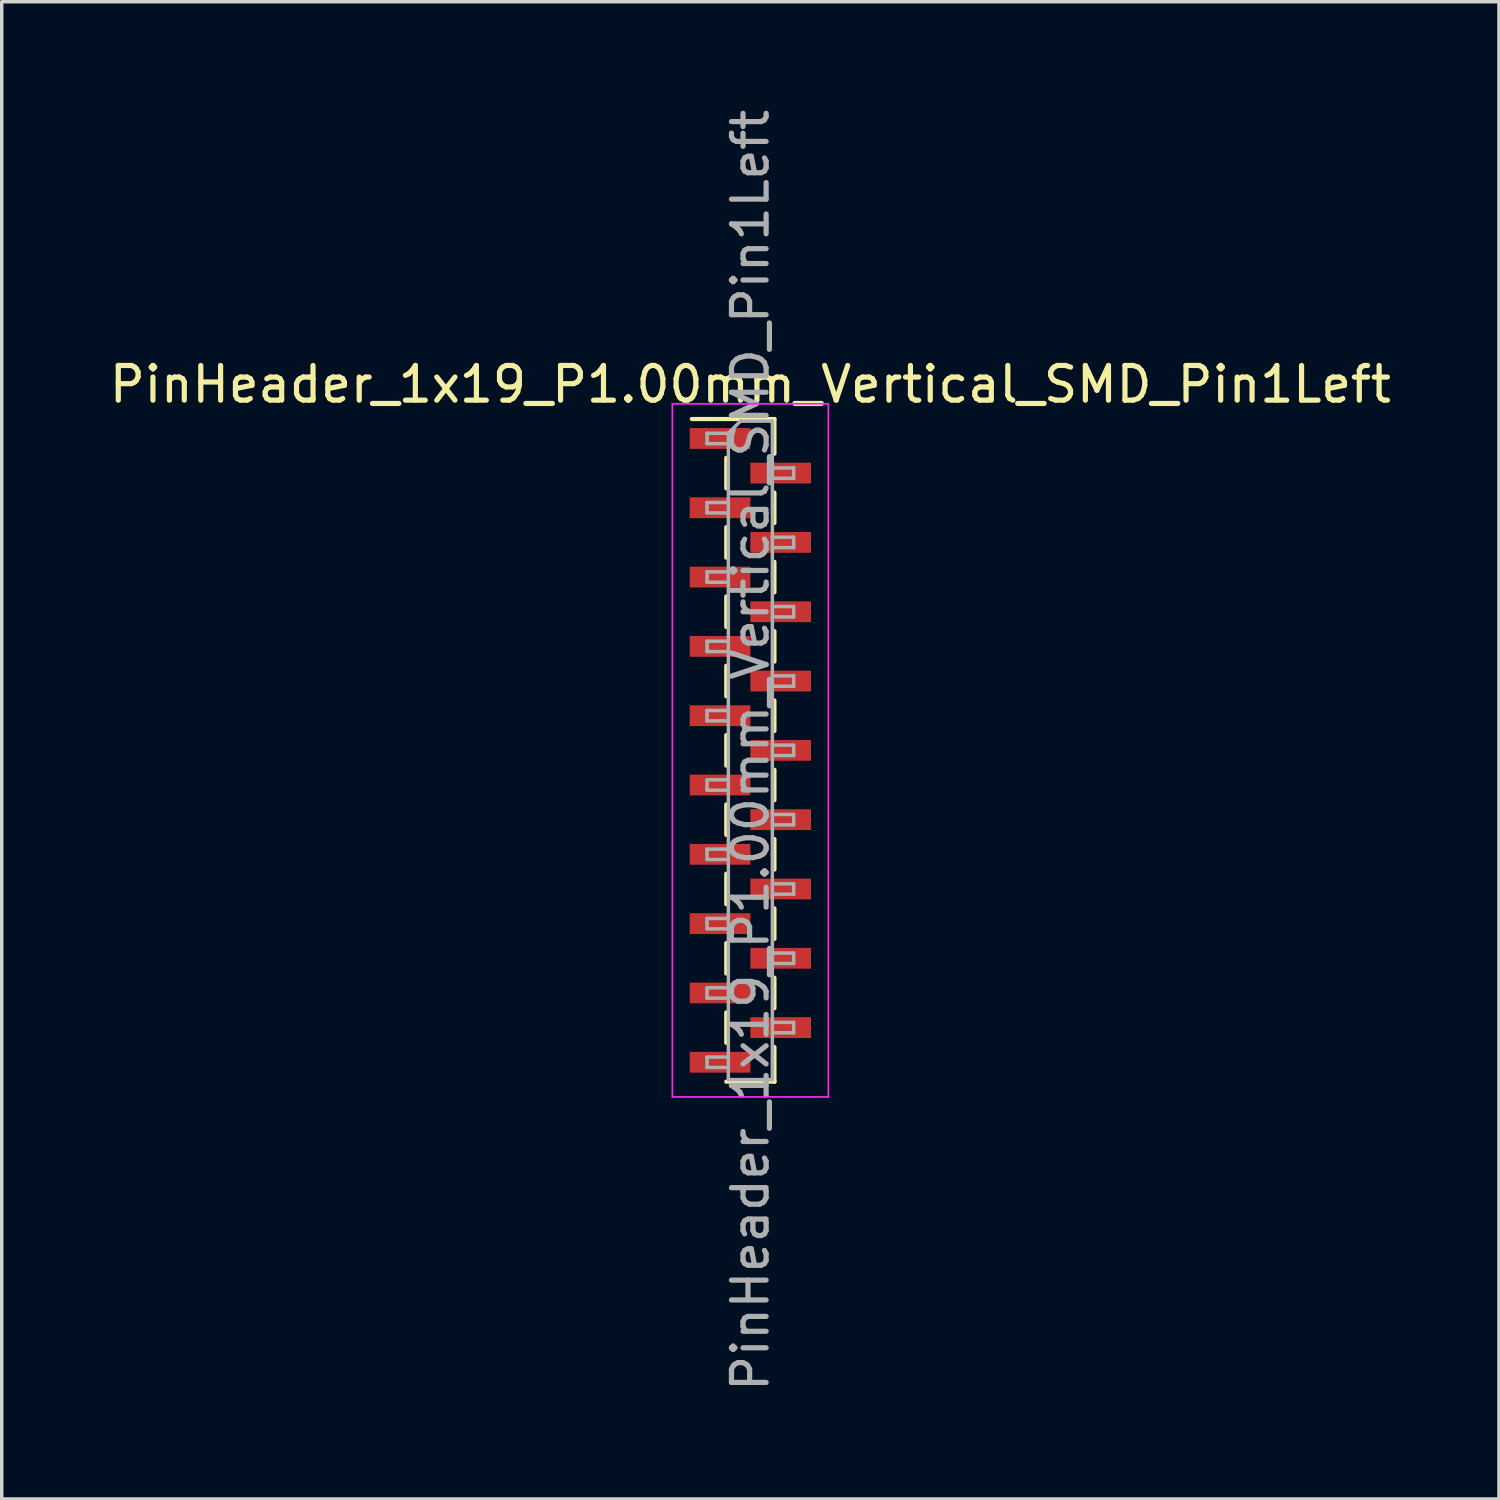
<source format=kicad_pcb>
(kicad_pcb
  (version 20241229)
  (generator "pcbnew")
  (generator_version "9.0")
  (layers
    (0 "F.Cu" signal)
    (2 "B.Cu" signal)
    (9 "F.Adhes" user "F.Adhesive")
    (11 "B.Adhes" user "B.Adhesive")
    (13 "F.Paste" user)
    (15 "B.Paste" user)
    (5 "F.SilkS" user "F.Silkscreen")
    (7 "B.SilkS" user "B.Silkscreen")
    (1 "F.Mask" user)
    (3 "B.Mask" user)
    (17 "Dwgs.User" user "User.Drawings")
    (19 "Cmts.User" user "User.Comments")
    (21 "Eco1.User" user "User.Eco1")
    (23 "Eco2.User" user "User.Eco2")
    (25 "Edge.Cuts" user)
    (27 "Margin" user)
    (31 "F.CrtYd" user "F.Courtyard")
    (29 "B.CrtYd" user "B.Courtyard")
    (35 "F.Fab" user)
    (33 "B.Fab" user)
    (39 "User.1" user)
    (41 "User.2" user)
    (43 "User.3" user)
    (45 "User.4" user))
  (footprint "PinHeader_1x19_P1.00mm_Vertical_SMD_Pin1Left"
    (layer "F.Cu")
    (at 18.601 18.601)
    (property "Reference" "PinHeader_1x19_P1.00mm_Vertical_SMD_Pin1Left" (at 0 -10.56 0) (layer "F.SilkS") (effects (font (size 1 1) (thickness 0.15))))
    (attr smd)
    (fp_line (start -0.695 -9.56) (end -1.69 -9.56) (stroke (width 0.12) (type solid)) (layer "F.SilkS"))
    (fp_line (start -0.695 -9.56) (end -0.695 -9.56) (stroke (width 0.12) (type solid)) (layer "F.SilkS"))
    (fp_line (start -0.695 -9.56) (end 0.695 -9.56) (stroke (width 0.12) (type solid)) (layer "F.SilkS"))
    (fp_line (start -0.695 -8.44) (end -0.695 -7.56) (stroke (width 0.12) (type solid)) (layer "F.SilkS"))
    (fp_line (start -0.695 -6.44) (end -0.695 -5.56) (stroke (width 0.12) (type solid)) (layer "F.SilkS"))
    (fp_line (start -0.695 -4.44) (end -0.695 -3.56) (stroke (width 0.12) (type solid)) (layer "F.SilkS"))
    (fp_line (start -0.695 -2.44) (end -0.695 -1.56) (stroke (width 0.12) (type solid)) (layer "F.SilkS"))
    (fp_line (start -0.695 -0.44) (end -0.695 0.44) (stroke (width 0.12) (type solid)) (layer "F.SilkS"))
    (fp_line (start -0.695 1.56) (end -0.695 2.44) (stroke (width 0.12) (type solid)) (layer "F.SilkS"))
    (fp_line (start -0.695 3.56) (end -0.695 4.44) (stroke (width 0.12) (type solid)) (layer "F.SilkS"))
    (fp_line (start -0.695 5.56) (end -0.695 6.44) (stroke (width 0.12) (type solid)) (layer "F.SilkS"))
    (fp_line (start -0.695 7.56) (end -0.695 8.44) (stroke (width 0.12) (type solid)) (layer "F.SilkS"))
    (fp_line (start -0.695 9.56) (end 0.695 9.56) (stroke (width 0.12) (type solid)) (layer "F.SilkS"))
    (fp_line (start 0.695 -9.56) (end 0.695 -8.56) (stroke (width 0.12) (type solid)) (layer "F.SilkS"))
    (fp_line (start 0.695 -7.44) (end 0.695 -6.56) (stroke (width 0.12) (type solid)) (layer "F.SilkS"))
    (fp_line (start 0.695 -5.44) (end 0.695 -4.56) (stroke (width 0.12) (type solid)) (layer "F.SilkS"))
    (fp_line (start 0.695 -3.44) (end 0.695 -2.56) (stroke (width 0.12) (type solid)) (layer "F.SilkS"))
    (fp_line (start 0.695 -1.44) (end 0.695 -0.56) (stroke (width 0.12) (type solid)) (layer "F.SilkS"))
    (fp_line (start 0.695 0.56) (end 0.695 1.44) (stroke (width 0.12) (type solid)) (layer "F.SilkS"))
    (fp_line (start 0.695 2.56) (end 0.695 3.44) (stroke (width 0.12) (type solid)) (layer "F.SilkS"))
    (fp_line (start 0.695 4.56) (end 0.695 5.44) (stroke (width 0.12) (type solid)) (layer "F.SilkS"))
    (fp_line (start 0.695 6.56) (end 0.695 7.44) (stroke (width 0.12) (type solid)) (layer "F.SilkS"))
    (fp_line (start 0.695 8.56) (end 0.695 9.56) (stroke (width 0.12) (type solid)) (layer "F.SilkS"))
    (fp_line (start 0.695 9.56) (end 0.695 9.56) (stroke (width 0.12) (type solid)) (layer "F.SilkS"))
    (fp_line (start -2.25 -10) (end -2.25 10) (stroke (width 0.05) (type solid)) (layer "F.CrtYd"))
    (fp_line (start -2.25 10) (end 2.25 10) (stroke (width 0.05) (type solid)) (layer "F.CrtYd"))
    (fp_line (start 2.25 -10) (end -2.25 -10) (stroke (width 0.05) (type solid)) (layer "F.CrtYd"))
    (fp_line (start 2.25 10) (end 2.25 -10) (stroke (width 0.05) (type solid)) (layer "F.CrtYd"))
    (fp_line (start -1.25 -9.15) (end -1.25 -8.85) (stroke (width 0.1) (type solid)) (layer "F.Fab"))
    (fp_line (start -1.25 -8.85) (end -0.635 -8.85) (stroke (width 0.1) (type solid)) (layer "F.Fab"))
    (fp_line (start -1.25 -7.15) (end -1.25 -6.85) (stroke (width 0.1) (type solid)) (layer "F.Fab"))
    (fp_line (start -1.25 -6.85) (end -0.635 -6.85) (stroke (width 0.1) (type solid)) (layer "F.Fab"))
    (fp_line (start -1.25 -5.15) (end -1.25 -4.85) (stroke (width 0.1) (type solid)) (layer "F.Fab"))
    (fp_line (start -1.25 -4.85) (end -0.635 -4.85) (stroke (width 0.1) (type solid)) (layer "F.Fab"))
    (fp_line (start -1.25 -3.15) (end -1.25 -2.85) (stroke (width 0.1) (type solid)) (layer "F.Fab"))
    (fp_line (start -1.25 -2.85) (end -0.635 -2.85) (stroke (width 0.1) (type solid)) (layer "F.Fab"))
    (fp_line (start -1.25 -1.15) (end -1.25 -0.85) (stroke (width 0.1) (type solid)) (layer "F.Fab"))
    (fp_line (start -1.25 -0.85) (end -0.635 -0.85) (stroke (width 0.1) (type solid)) (layer "F.Fab"))
    (fp_line (start -1.25 0.85) (end -1.25 1.15) (stroke (width 0.1) (type solid)) (layer "F.Fab"))
    (fp_line (start -1.25 1.15) (end -0.635 1.15) (stroke (width 0.1) (type solid)) (layer "F.Fab"))
    (fp_line (start -1.25 2.85) (end -1.25 3.15) (stroke (width 0.1) (type solid)) (layer "F.Fab"))
    (fp_line (start -1.25 3.15) (end -0.635 3.15) (stroke (width 0.1) (type solid)) (layer "F.Fab"))
    (fp_line (start -1.25 4.85) (end -1.25 5.15) (stroke (width 0.1) (type solid)) (layer "F.Fab"))
    (fp_line (start -1.25 5.15) (end -0.635 5.15) (stroke (width 0.1) (type solid)) (layer "F.Fab"))
    (fp_line (start -1.25 6.85) (end -1.25 7.15) (stroke (width 0.1) (type solid)) (layer "F.Fab"))
    (fp_line (start -1.25 7.15) (end -0.635 7.15) (stroke (width 0.1) (type solid)) (layer "F.Fab"))
    (fp_line (start -1.25 8.85) (end -1.25 9.15) (stroke (width 0.1) (type solid)) (layer "F.Fab"))
    (fp_line (start -1.25 9.15) (end -0.635 9.15) (stroke (width 0.1) (type solid)) (layer "F.Fab"))
    (fp_line (start -0.635 -9.15) (end -1.25 -9.15) (stroke (width 0.1) (type solid)) (layer "F.Fab"))
    (fp_line (start -0.635 -9.15) (end -0.285 -9.5) (stroke (width 0.1) (type solid)) (layer "F.Fab"))
    (fp_line (start -0.635 -7.15) (end -1.25 -7.15) (stroke (width 0.1) (type solid)) (layer "F.Fab"))
    (fp_line (start -0.635 -5.15) (end -1.25 -5.15) (stroke (width 0.1) (type solid)) (layer "F.Fab"))
    (fp_line (start -0.635 -3.15) (end -1.25 -3.15) (stroke (width 0.1) (type solid)) (layer "F.Fab"))
    (fp_line (start -0.635 -1.15) (end -1.25 -1.15) (stroke (width 0.1) (type solid)) (layer "F.Fab"))
    (fp_line (start -0.635 0.85) (end -1.25 0.85) (stroke (width 0.1) (type solid)) (layer "F.Fab"))
    (fp_line (start -0.635 2.85) (end -1.25 2.85) (stroke (width 0.1) (type solid)) (layer "F.Fab"))
    (fp_line (start -0.635 4.85) (end -1.25 4.85) (stroke (width 0.1) (type solid)) (layer "F.Fab"))
    (fp_line (start -0.635 6.85) (end -1.25 6.85) (stroke (width 0.1) (type solid)) (layer "F.Fab"))
    (fp_line (start -0.635 8.85) (end -1.25 8.85) (stroke (width 0.1) (type solid)) (layer "F.Fab"))
    (fp_line (start -0.635 9.5) (end -0.635 -9.15) (stroke (width 0.1) (type solid)) (layer "F.Fab"))
    (fp_line (start -0.285 -9.5) (end 0.635 -9.5) (stroke (width 0.1) (type solid)) (layer "F.Fab"))
    (fp_line (start 0.635 -9.5) (end 0.635 9.5) (stroke (width 0.1) (type solid)) (layer "F.Fab"))
    (fp_line (start 0.635 -8.15) (end 1.25 -8.15) (stroke (width 0.1) (type solid)) (layer "F.Fab"))
    (fp_line (start 0.635 -6.15) (end 1.25 -6.15) (stroke (width 0.1) (type solid)) (layer "F.Fab"))
    (fp_line (start 0.635 -4.15) (end 1.25 -4.15) (stroke (width 0.1) (type solid)) (layer "F.Fab"))
    (fp_line (start 0.635 -2.15) (end 1.25 -2.15) (stroke (width 0.1) (type solid)) (layer "F.Fab"))
    (fp_line (start 0.635 -0.15) (end 1.25 -0.15) (stroke (width 0.1) (type solid)) (layer "F.Fab"))
    (fp_line (start 0.635 1.85) (end 1.25 1.85) (stroke (width 0.1) (type solid)) (layer "F.Fab"))
    (fp_line (start 0.635 3.85) (end 1.25 3.85) (stroke (width 0.1) (type solid)) (layer "F.Fab"))
    (fp_line (start 0.635 5.85) (end 1.25 5.85) (stroke (width 0.1) (type solid)) (layer "F.Fab"))
    (fp_line (start 0.635 7.85) (end 1.25 7.85) (stroke (width 0.1) (type solid)) (layer "F.Fab"))
    (fp_line (start 0.635 9.5) (end -0.635 9.5) (stroke (width 0.1) (type solid)) (layer "F.Fab"))
    (fp_line (start 1.25 -8.15) (end 1.25 -7.85) (stroke (width 0.1) (type solid)) (layer "F.Fab"))
    (fp_line (start 1.25 -7.85) (end 0.635 -7.85) (stroke (width 0.1) (type solid)) (layer "F.Fab"))
    (fp_line (start 1.25 -6.15) (end 1.25 -5.85) (stroke (width 0.1) (type solid)) (layer "F.Fab"))
    (fp_line (start 1.25 -5.85) (end 0.635 -5.85) (stroke (width 0.1) (type solid)) (layer "F.Fab"))
    (fp_line (start 1.25 -4.15) (end 1.25 -3.85) (stroke (width 0.1) (type solid)) (layer "F.Fab"))
    (fp_line (start 1.25 -3.85) (end 0.635 -3.85) (stroke (width 0.1) (type solid)) (layer "F.Fab"))
    (fp_line (start 1.25 -2.15) (end 1.25 -1.85) (stroke (width 0.1) (type solid)) (layer "F.Fab"))
    (fp_line (start 1.25 -1.85) (end 0.635 -1.85) (stroke (width 0.1) (type solid)) (layer "F.Fab"))
    (fp_line (start 1.25 -0.15) (end 1.25 0.15) (stroke (width 0.1) (type solid)) (layer "F.Fab"))
    (fp_line (start 1.25 0.15) (end 0.635 0.15) (stroke (width 0.1) (type solid)) (layer "F.Fab"))
    (fp_line (start 1.25 1.85) (end 1.25 2.15) (stroke (width 0.1) (type solid)) (layer "F.Fab"))
    (fp_line (start 1.25 2.15) (end 0.635 2.15) (stroke (width 0.1) (type solid)) (layer "F.Fab"))
    (fp_line (start 1.25 3.85) (end 1.25 4.15) (stroke (width 0.1) (type solid)) (layer "F.Fab"))
    (fp_line (start 1.25 4.15) (end 0.635 4.15) (stroke (width 0.1) (type solid)) (layer "F.Fab"))
    (fp_line (start 1.25 5.85) (end 1.25 6.15) (stroke (width 0.1) (type solid)) (layer "F.Fab"))
    (fp_line (start 1.25 6.15) (end 0.635 6.15) (stroke (width 0.1) (type solid)) (layer "F.Fab"))
    (fp_line (start 1.25 7.85) (end 1.25 8.15) (stroke (width 0.1) (type solid)) (layer "F.Fab"))
    (fp_line (start 1.25 8.15) (end 0.635 8.15) (stroke (width 0.1) (type solid)) (layer "F.Fab"))
    (fp_text user "${REFERENCE}" (at 0 0 90) (layer "F.Fab") (effects (font (size 1 1) (thickness 0.15))))
    (pad "1" smd rect (at -0.875 -9) (size 1.75 0.6) (layers "F.Cu" "F.Mask" "F.Paste"))
    (pad "2" smd rect (at 0.875 -8) (size 1.75 0.6) (layers "F.Cu" "F.Mask" "F.Paste"))
    (pad "3" smd rect (at -0.875 -7) (size 1.75 0.6) (layers "F.Cu" "F.Mask" "F.Paste"))
    (pad "4" smd rect (at 0.875 -6) (size 1.75 0.6) (layers "F.Cu" "F.Mask" "F.Paste"))
    (pad "5" smd rect (at -0.875 -5) (size 1.75 0.6) (layers "F.Cu" "F.Mask" "F.Paste"))
    (pad "6" smd rect (at 0.875 -4) (size 1.75 0.6) (layers "F.Cu" "F.Mask" "F.Paste"))
    (pad "7" smd rect (at -0.875 -3) (size 1.75 0.6) (layers "F.Cu" "F.Mask" "F.Paste"))
    (pad "8" smd rect (at 0.875 -2) (size 1.75 0.6) (layers "F.Cu" "F.Mask" "F.Paste"))
    (pad "9" smd rect (at -0.875 -1) (size 1.75 0.6) (layers "F.Cu" "F.Mask" "F.Paste"))
    (pad "10" smd rect (at 0.875 0) (size 1.75 0.6) (layers "F.Cu" "F.Mask" "F.Paste"))
    (pad "11" smd rect (at -0.875 1) (size 1.75 0.6) (layers "F.Cu" "F.Mask" "F.Paste"))
    (pad "12" smd rect (at 0.875 2) (size 1.75 0.6) (layers "F.Cu" "F.Mask" "F.Paste"))
    (pad "13" smd rect (at -0.875 3) (size 1.75 0.6) (layers "F.Cu" "F.Mask" "F.Paste"))
    (pad "14" smd rect (at 0.875 4) (size 1.75 0.6) (layers "F.Cu" "F.Mask" "F.Paste"))
    (pad "15" smd rect (at -0.875 5) (size 1.75 0.6) (layers "F.Cu" "F.Mask" "F.Paste"))
    (pad "16" smd rect (at 0.875 6) (size 1.75 0.6) (layers "F.Cu" "F.Mask" "F.Paste"))
    (pad "17" smd rect (at -0.875 7) (size 1.75 0.6) (layers "F.Cu" "F.Mask" "F.Paste"))
    (pad "18" smd rect (at 0.875 8) (size 1.75 0.6) (layers "F.Cu" "F.Mask" "F.Paste"))
    (pad "19" smd rect (at -0.875 9) (size 1.75 0.6) (layers "F.Cu" "F.Mask" "F.Paste")))
  (gr_rect
    (start -3 -3)
    (end 40.202 40.202)
    (stroke (width 0.1) (type default))
    (fill no)
    (layer "Edge.Cuts")))
</source>
